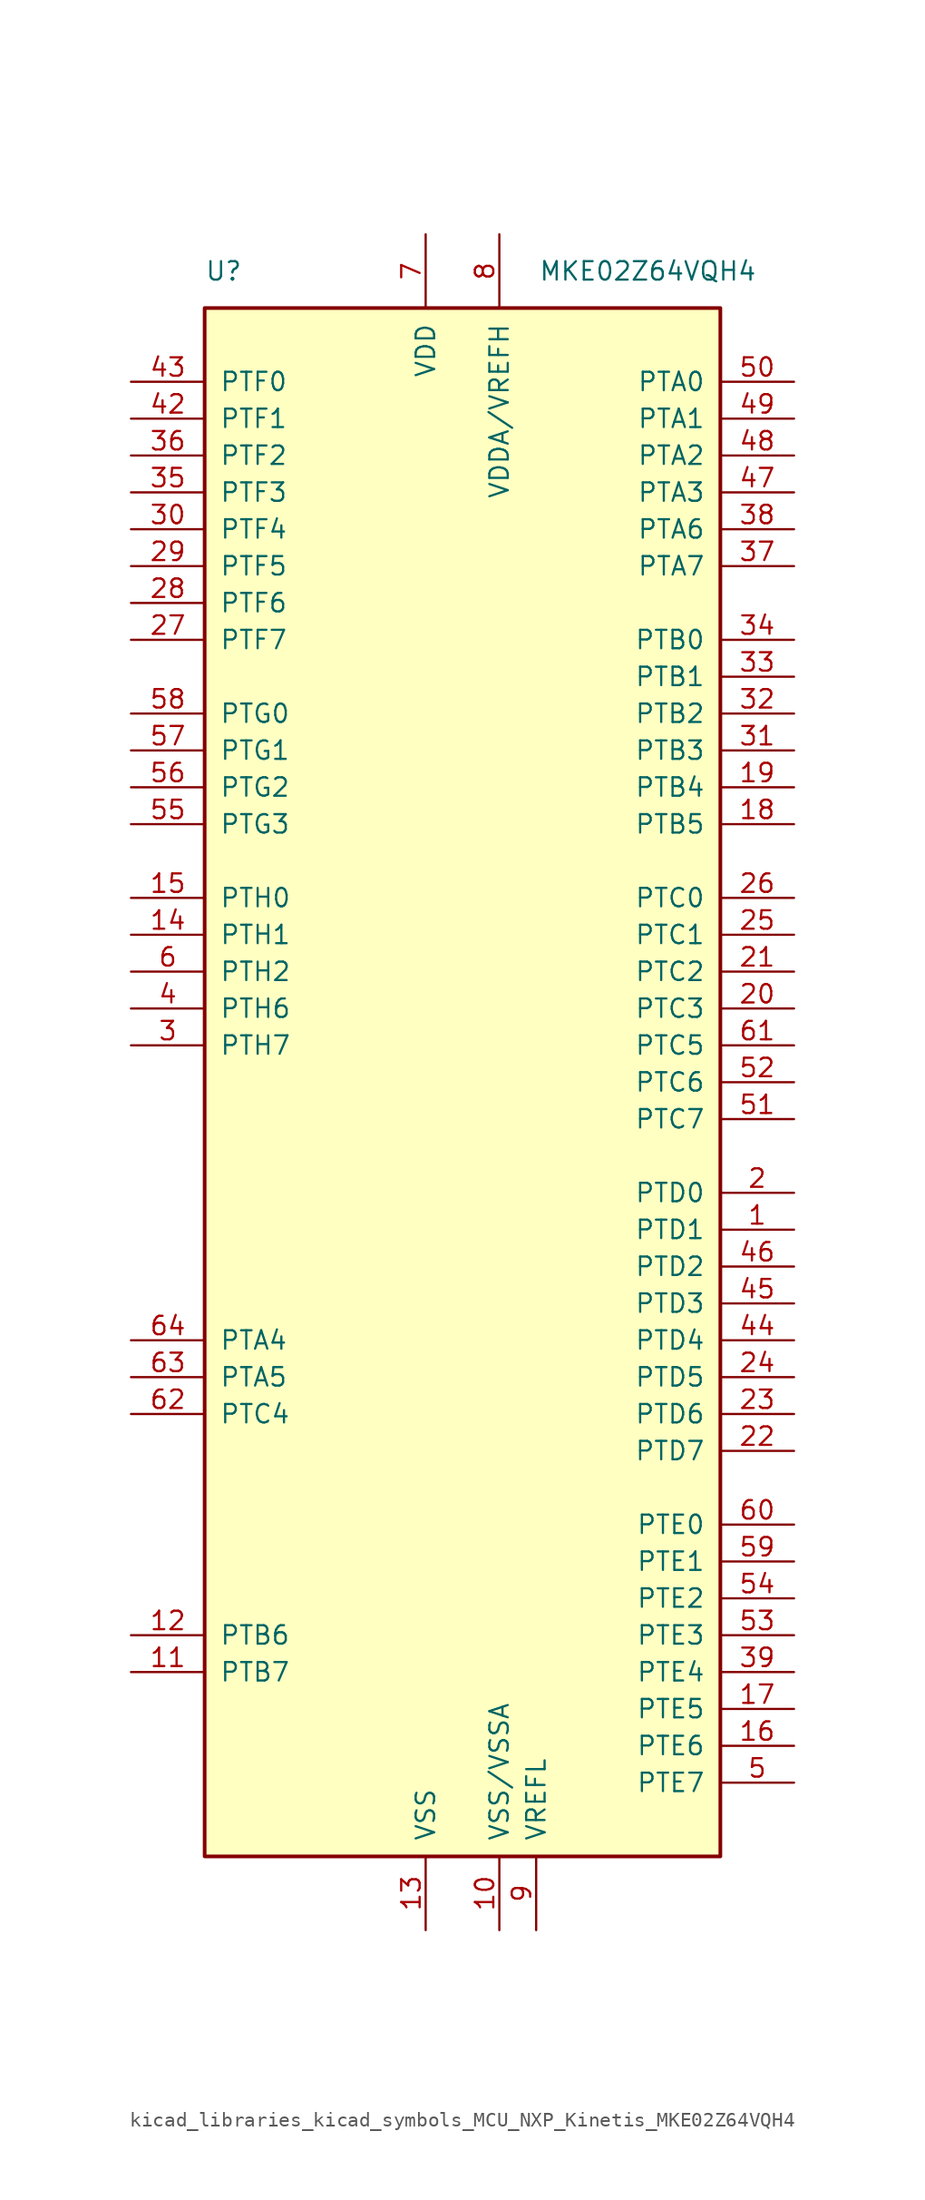
<source format=kicad_sym>
(kicad_symbol_lib
  (version 20220914)
  (generator kicad_symbol_editor)
  (symbol "kicad_libraries_kicad_symbols_MCU_NXP_Kinetis_MKE02Z64VQH4"
    (pin_names
      (offset 1.016))
    (property "Reference" "U"
      (at -17.78 55.88 0)
      (effects (font (size 1.27 1.27)) (justify left)))
    (property "Value" "MKE02Z64VQH4"
      (at 20.32 55.88 0)
      (effects (font (size 1.27 1.27)) (justify right)))
    (symbol "kicad_libraries_kicad_symbols_MCU_NXP_Kinetis_MKE02Z64VQH4_0_1"
      (rectangle (start -17.78 53.34) (end 17.78 -53.34) (stroke (width 0.254) (type default)) (fill (type background))))
    (symbol "kicad_libraries_kicad_symbols_MCU_NXP_Kinetis_MKE02Z64VQH4_1_1"
      (pin bidirectional line (at 22.86 -10.16 180) (length 5.08) (name "PTD1" (effects (font (size 1.27 1.27)))) (number "1" (effects (font (size 1.27 1.27)))))
      (pin power_in line (at 2.54 -58.42 90) (length 5.08) (name "VSS/VSSA" (effects (font (size 1.27 1.27)))) (number "10" (effects (font (size 1.27 1.27)))))
      (pin bidirectional line (at -22.86 -40.64 0) (length 5.08) (name "PTB7" (effects (font (size 1.27 1.27)))) (number "11" (effects (font (size 1.27 1.27)))))
      (pin bidirectional line (at -22.86 -38.1 0) (length 5.08) (name "PTB6" (effects (font (size 1.27 1.27)))) (number "12" (effects (font (size 1.27 1.27)))))
      (pin power_in line (at -2.54 -58.42 90) (length 5.08) (name "VSS" (effects (font (size 1.27 1.27)))) (number "13" (effects (font (size 1.27 1.27)))))
      (pin bidirectional line (at -22.86 10.16 0) (length 5.08) (name "PTH1" (effects (font (size 1.27 1.27)))) (number "14" (effects (font (size 1.27 1.27)))))
      (pin bidirectional line (at -22.86 12.7 0) (length 5.08) (name "PTH0" (effects (font (size 1.27 1.27)))) (number "15" (effects (font (size 1.27 1.27)))))
      (pin bidirectional line (at 22.86 -45.72 180) (length 5.08) (name "PTE6" (effects (font (size 1.27 1.27)))) (number "16" (effects (font (size 1.27 1.27)))))
      (pin bidirectional line (at 22.86 -43.18 180) (length 5.08) (name "PTE5" (effects (font (size 1.27 1.27)))) (number "17" (effects (font (size 1.27 1.27)))))
      (pin bidirectional line (at 22.86 17.78 180) (length 5.08) (name "PTB5" (effects (font (size 1.27 1.27)))) (number "18" (effects (font (size 1.27 1.27)))))
      (pin bidirectional line (at 22.86 20.32 180) (length 5.08) (name "PTB4" (effects (font (size 1.27 1.27)))) (number "19" (effects (font (size 1.27 1.27)))))
      (pin bidirectional line (at 22.86 -7.62 180) (length 5.08) (name "PTD0" (effects (font (size 1.27 1.27)))) (number "2" (effects (font (size 1.27 1.27)))))
      (pin bidirectional line (at 22.86 5.08 180) (length 5.08) (name "PTC3" (effects (font (size 1.27 1.27)))) (number "20" (effects (font (size 1.27 1.27)))))
      (pin bidirectional line (at 22.86 7.62 180) (length 5.08) (name "PTC2" (effects (font (size 1.27 1.27)))) (number "21" (effects (font (size 1.27 1.27)))))
      (pin bidirectional line (at 22.86 -25.4 180) (length 5.08) (name "PTD7" (effects (font (size 1.27 1.27)))) (number "22" (effects (font (size 1.27 1.27)))))
      (pin bidirectional line (at 22.86 -22.86 180) (length 5.08) (name "PTD6" (effects (font (size 1.27 1.27)))) (number "23" (effects (font (size 1.27 1.27)))))
      (pin bidirectional line (at 22.86 -20.32 180) (length 5.08) (name "PTD5" (effects (font (size 1.27 1.27)))) (number "24" (effects (font (size 1.27 1.27)))))
      (pin bidirectional line (at 22.86 10.16 180) (length 5.08) (name "PTC1" (effects (font (size 1.27 1.27)))) (number "25" (effects (font (size 1.27 1.27)))))
      (pin bidirectional line (at 22.86 12.7 180) (length 5.08) (name "PTC0" (effects (font (size 1.27 1.27)))) (number "26" (effects (font (size 1.27 1.27)))))
      (pin bidirectional line (at -22.86 30.48 0) (length 5.08) (name "PTF7" (effects (font (size 1.27 1.27)))) (number "27" (effects (font (size 1.27 1.27)))))
      (pin bidirectional line (at -22.86 33.02 0) (length 5.08) (name "PTF6" (effects (font (size 1.27 1.27)))) (number "28" (effects (font (size 1.27 1.27)))))
      (pin bidirectional line (at -22.86 35.56 0) (length 5.08) (name "PTF5" (effects (font (size 1.27 1.27)))) (number "29" (effects (font (size 1.27 1.27)))))
      (pin bidirectional line (at -22.86 2.54 0) (length 5.08) (name "PTH7" (effects (font (size 1.27 1.27)))) (number "3" (effects (font (size 1.27 1.27)))))
      (pin bidirectional line (at -22.86 38.1 0) (length 5.08) (name "PTF4" (effects (font (size 1.27 1.27)))) (number "30" (effects (font (size 1.27 1.27)))))
      (pin bidirectional line (at 22.86 22.86 180) (length 5.08) (name "PTB3" (effects (font (size 1.27 1.27)))) (number "31" (effects (font (size 1.27 1.27)))))
      (pin bidirectional line (at 22.86 25.4 180) (length 5.08) (name "PTB2" (effects (font (size 1.27 1.27)))) (number "32" (effects (font (size 1.27 1.27)))))
      (pin bidirectional line (at 22.86 27.94 180) (length 5.08) (name "PTB1" (effects (font (size 1.27 1.27)))) (number "33" (effects (font (size 1.27 1.27)))))
      (pin bidirectional line (at 22.86 30.48 180) (length 5.08) (name "PTB0" (effects (font (size 1.27 1.27)))) (number "34" (effects (font (size 1.27 1.27)))))
      (pin bidirectional line (at -22.86 40.64 0) (length 5.08) (name "PTF3" (effects (font (size 1.27 1.27)))) (number "35" (effects (font (size 1.27 1.27)))))
      (pin bidirectional line (at -22.86 43.18 0) (length 5.08) (name "PTF2" (effects (font (size 1.27 1.27)))) (number "36" (effects (font (size 1.27 1.27)))))
      (pin bidirectional line (at 22.86 35.56 180) (length 5.08) (name "PTA7" (effects (font (size 1.27 1.27)))) (number "37" (effects (font (size 1.27 1.27)))))
      (pin bidirectional line (at 22.86 38.1 180) (length 5.08) (name "PTA6" (effects (font (size 1.27 1.27)))) (number "38" (effects (font (size 1.27 1.27)))))
      (pin bidirectional line (at 22.86 -40.64 180) (length 5.08) (name "PTE4" (effects (font (size 1.27 1.27)))) (number "39" (effects (font (size 1.27 1.27)))))
      (pin bidirectional line (at -22.86 5.08 0) (length 5.08) (name "PTH6" (effects (font (size 1.27 1.27)))) (number "4" (effects (font (size 1.27 1.27)))))
      (pin passive line (at -2.54 -58.42 90) (length 5.08) hide (name "VSS" (effects (font (size 1.27 1.27)))) (number "40" (effects (font (size 1.27 1.27)))))
      (pin passive line (at -2.54 58.42 270) (length 5.08) hide (name "VDD" (effects (font (size 1.27 1.27)))) (number "41" (effects (font (size 1.27 1.27)))))
      (pin bidirectional line (at -22.86 45.72 0) (length 5.08) (name "PTF1" (effects (font (size 1.27 1.27)))) (number "42" (effects (font (size 1.27 1.27)))))
      (pin bidirectional line (at -22.86 48.26 0) (length 5.08) (name "PTF0" (effects (font (size 1.27 1.27)))) (number "43" (effects (font (size 1.27 1.27)))))
      (pin bidirectional line (at 22.86 -17.78 180) (length 5.08) (name "PTD4" (effects (font (size 1.27 1.27)))) (number "44" (effects (font (size 1.27 1.27)))))
      (pin bidirectional line (at 22.86 -15.24 180) (length 5.08) (name "PTD3" (effects (font (size 1.27 1.27)))) (number "45" (effects (font (size 1.27 1.27)))))
      (pin bidirectional line (at 22.86 -12.7 180) (length 5.08) (name "PTD2" (effects (font (size 1.27 1.27)))) (number "46" (effects (font (size 1.27 1.27)))))
      (pin bidirectional line (at 22.86 40.64 180) (length 5.08) (name "PTA3" (effects (font (size 1.27 1.27)))) (number "47" (effects (font (size 1.27 1.27)))))
      (pin bidirectional line (at 22.86 43.18 180) (length 5.08) (name "PTA2" (effects (font (size 1.27 1.27)))) (number "48" (effects (font (size 1.27 1.27)))))
      (pin bidirectional line (at 22.86 45.72 180) (length 5.08) (name "PTA1" (effects (font (size 1.27 1.27)))) (number "49" (effects (font (size 1.27 1.27)))))
      (pin bidirectional line (at 22.86 -48.26 180) (length 5.08) (name "PTE7" (effects (font (size 1.27 1.27)))) (number "5" (effects (font (size 1.27 1.27)))))
      (pin bidirectional line (at 22.86 48.26 180) (length 5.08) (name "PTA0" (effects (font (size 1.27 1.27)))) (number "50" (effects (font (size 1.27 1.27)))))
      (pin bidirectional line (at 22.86 -2.54 180) (length 5.08) (name "PTC7" (effects (font (size 1.27 1.27)))) (number "51" (effects (font (size 1.27 1.27)))))
      (pin bidirectional line (at 22.86 0 180) (length 5.08) (name "PTC6" (effects (font (size 1.27 1.27)))) (number "52" (effects (font (size 1.27 1.27)))))
      (pin bidirectional line (at 22.86 -38.1 180) (length 5.08) (name "PTE3" (effects (font (size 1.27 1.27)))) (number "53" (effects (font (size 1.27 1.27)))))
      (pin bidirectional line (at 22.86 -35.56 180) (length 5.08) (name "PTE2" (effects (font (size 1.27 1.27)))) (number "54" (effects (font (size 1.27 1.27)))))
      (pin bidirectional line (at -22.86 17.78 0) (length 5.08) (name "PTG3" (effects (font (size 1.27 1.27)))) (number "55" (effects (font (size 1.27 1.27)))))
      (pin bidirectional line (at -22.86 20.32 0) (length 5.08) (name "PTG2" (effects (font (size 1.27 1.27)))) (number "56" (effects (font (size 1.27 1.27)))))
      (pin bidirectional line (at -22.86 22.86 0) (length 5.08) (name "PTG1" (effects (font (size 1.27 1.27)))) (number "57" (effects (font (size 1.27 1.27)))))
      (pin bidirectional line (at -22.86 25.4 0) (length 5.08) (name "PTG0" (effects (font (size 1.27 1.27)))) (number "58" (effects (font (size 1.27 1.27)))))
      (pin bidirectional line (at 22.86 -33.02 180) (length 5.08) (name "PTE1" (effects (font (size 1.27 1.27)))) (number "59" (effects (font (size 1.27 1.27)))))
      (pin bidirectional line (at -22.86 7.62 0) (length 5.08) (name "PTH2" (effects (font (size 1.27 1.27)))) (number "6" (effects (font (size 1.27 1.27)))))
      (pin bidirectional line (at 22.86 -30.48 180) (length 5.08) (name "PTE0" (effects (font (size 1.27 1.27)))) (number "60" (effects (font (size 1.27 1.27)))))
      (pin bidirectional line (at 22.86 2.54 180) (length 5.08) (name "PTC5" (effects (font (size 1.27 1.27)))) (number "61" (effects (font (size 1.27 1.27)))))
      (pin bidirectional line (at -22.86 -22.86 0) (length 5.08) (name "PTC4" (effects (font (size 1.27 1.27)))) (number "62" (effects (font (size 1.27 1.27)))))
      (pin bidirectional line (at -22.86 -20.32 0) (length 5.08) (name "PTA5" (effects (font (size 1.27 1.27)))) (number "63" (effects (font (size 1.27 1.27)))))
      (pin bidirectional line (at -22.86 -17.78 0) (length 5.08) (name "PTA4" (effects (font (size 1.27 1.27)))) (number "64" (effects (font (size 1.27 1.27)))))
      (pin power_in line (at -2.54 58.42 270) (length 5.08) (name "VDD" (effects (font (size 1.27 1.27)))) (number "7" (effects (font (size 1.27 1.27)))))
      (pin power_in line (at 2.54 58.42 270) (length 5.08) (name "VDDA/VREFH" (effects (font (size 1.27 1.27)))) (number "8" (effects (font (size 1.27 1.27)))))
      (pin power_in line (at 5.08 -58.42 90) (length 5.08) (name "VREFL" (effects (font (size 1.27 1.27)))) (number "9" (effects (font (size 1.27 1.27))))))))
</source>
